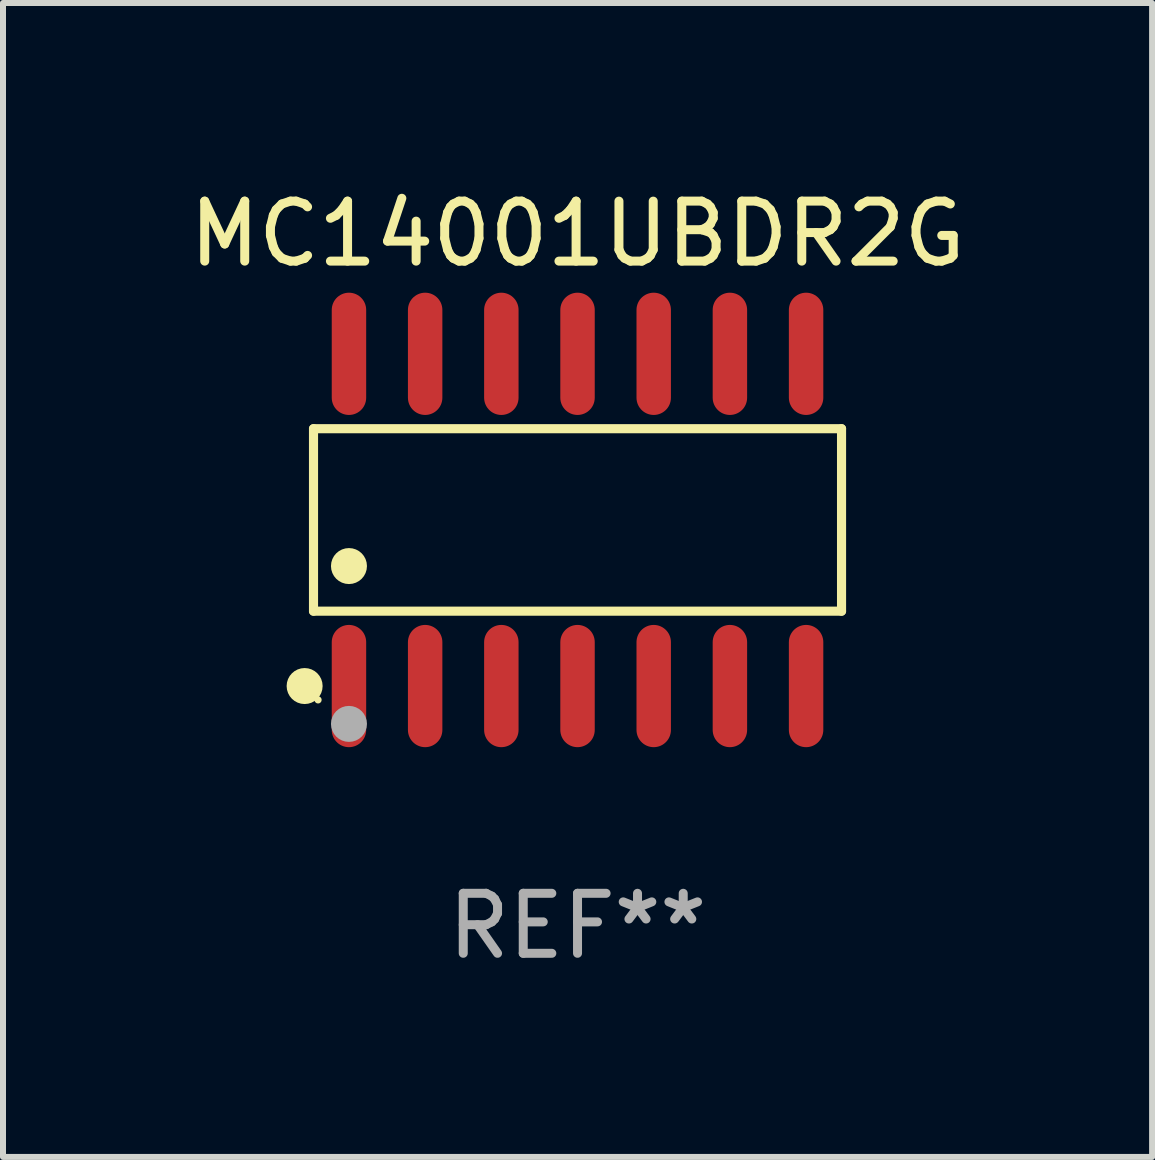
<source format=kicad_pcb>
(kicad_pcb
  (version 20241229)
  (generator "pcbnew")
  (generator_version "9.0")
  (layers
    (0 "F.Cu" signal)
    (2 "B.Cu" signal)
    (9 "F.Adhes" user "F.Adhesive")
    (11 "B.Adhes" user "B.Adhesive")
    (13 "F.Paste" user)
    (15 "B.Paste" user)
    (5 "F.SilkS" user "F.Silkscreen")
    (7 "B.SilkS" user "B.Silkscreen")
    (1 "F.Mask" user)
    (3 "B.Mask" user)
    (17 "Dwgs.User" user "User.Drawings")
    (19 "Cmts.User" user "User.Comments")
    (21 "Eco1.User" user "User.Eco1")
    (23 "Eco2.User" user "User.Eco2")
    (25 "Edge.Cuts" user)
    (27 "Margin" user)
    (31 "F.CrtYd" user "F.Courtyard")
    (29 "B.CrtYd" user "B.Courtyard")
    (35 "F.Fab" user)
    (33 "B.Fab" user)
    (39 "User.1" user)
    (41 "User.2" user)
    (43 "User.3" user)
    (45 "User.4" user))
  (footprint "MC14001UBDR2G"
    (layer "F.Cu")
    (at 6.577 5.617)
    (property "Reference" "MC14001UBDR2G" (at 0 -4.769 0) (layer "F.SilkS") (effects (font (size 1 1) (thickness 0.15))))
    (attr through_hole)
    (fp_line (start -4.401 -1.521) (end 4.401 -1.521) (stroke (width 0.152) (type solid)) (layer "F.SilkS"))
    (fp_line (start -4.401 1.521) (end -4.401 -1.521) (stroke (width 0.152) (type solid)) (layer "F.SilkS"))
    (fp_line (start 4.401 -1.521) (end 4.401 1.521) (stroke (width 0.152) (type solid)) (layer "F.SilkS"))
    (fp_line (start 4.401 1.521) (end -4.401 1.521) (stroke (width 0.152) (type solid)) (layer "F.SilkS"))
    (fp_circle (center -4.549 2.769) (end -4.399 2.769) (stroke (width 0.3) (type solid)) (fill no) (layer "F.SilkS"))
    (fp_circle (center -4.325 3) (end -4.295 3) (stroke (width 0.06) (type solid)) (fill no) (layer "F.SilkS"))
    (fp_circle (center -3.81 0.769) (end -3.66 0.769) (stroke (width 0.3) (type solid)) (fill no) (layer "F.SilkS"))
    (fp_circle (center -3.81 3.4) (end -3.66 3.4) (stroke (width 0.3) (type solid)) (fill no) (layer "F.Fab"))
    (fp_text user "REF**" (at 0 6.769 0) (layer "F.Fab") (effects (font (size 1 1) (thickness 0.15))))
    (pad "1" smd oval (at -3.81 2.769) (size 0.574 2.038) (layers "F.Cu" "F.Mask" "F.Paste"))
    (pad "2" smd oval (at -2.54 2.769) (size 0.574 2.038) (layers "F.Cu" "F.Mask" "F.Paste"))
    (pad "3" smd oval (at -1.27 2.769) (size 0.574 2.038) (layers "F.Cu" "F.Mask" "F.Paste"))
    (pad "4" smd oval (at 0 2.769) (size 0.574 2.038) (layers "F.Cu" "F.Mask" "F.Paste"))
    (pad "5" smd oval (at 1.27 2.769) (size 0.574 2.038) (layers "F.Cu" "F.Mask" "F.Paste"))
    (pad "6" smd oval (at 2.54 2.769) (size 0.574 2.038) (layers "F.Cu" "F.Mask" "F.Paste"))
    (pad "7" smd oval (at 3.81 2.769) (size 0.574 2.038) (layers "F.Cu" "F.Mask" "F.Paste"))
    (pad "8" smd oval (at 3.81 -2.769) (size 0.574 2.038) (layers "F.Cu" "F.Mask" "F.Paste"))
    (pad "9" smd oval (at 2.54 -2.769) (size 0.574 2.038) (layers "F.Cu" "F.Mask" "F.Paste"))
    (pad "10" smd oval (at 1.27 -2.769) (size 0.574 2.038) (layers "F.Cu" "F.Mask" "F.Paste"))
    (pad "11" smd oval (at 0 -2.769) (size 0.574 2.038) (layers "F.Cu" "F.Mask" "F.Paste"))
    (pad "12" smd oval (at -1.27 -2.769) (size 0.574 2.038) (layers "F.Cu" "F.Mask" "F.Paste"))
    (pad "13" smd oval (at -2.54 -2.769) (size 0.574 2.038) (layers "F.Cu" "F.Mask" "F.Paste"))
    (pad "14" smd oval (at -3.81 -2.769) (size 0.574 2.038) (layers "F.Cu" "F.Mask" "F.Paste")))
  (gr_rect
    (start -3 -3)
    (end 16.155 16.235)
    (stroke (width 0.1) (type default))
    (fill no)
    (layer "Edge.Cuts")))
</source>
